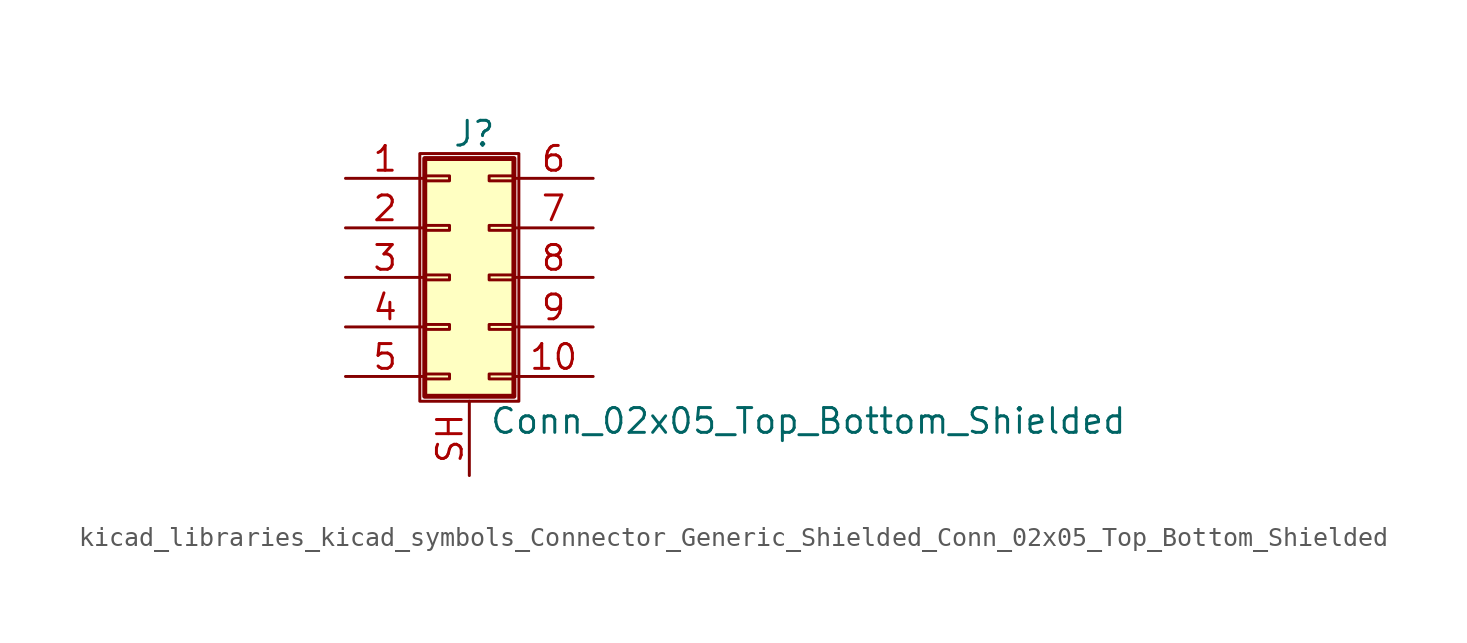
<source format=kicad_sym>
(kicad_symbol_lib
  (version 20220914)
  (generator kicad_symbol_editor)
  (symbol "kicad_libraries_kicad_symbols_Connector_Generic_Shielded_Conn_02x05_Top_Bottom_Shielded"
    (pin_names
      (offset 1.016) hide)
    (property "Reference" "J"
      (at 1.524 7.366 0)
      (effects (font (size 1.27 1.27))))
    (property "Value" "Conn_02x05_Top_Bottom_Shielded"
      (at 2.286 -7.366 0)
      (effects (font (size 1.27 1.27)) (justify left)))
    (symbol "kicad_libraries_kicad_symbols_Connector_Generic_Shielded_Conn_02x05_Top_Bottom_Shielded_1_1"
      (rectangle (start -1.27 6.35) (end 3.81 -6.35) (stroke (width 0.152) (type default)) (fill (type none)))
      (rectangle (start -1.016 -4.953) (end 0.254 -5.207) (stroke (width 0.152) (type default)) (fill (type none)))
      (rectangle (start -1.016 -2.413) (end 0.254 -2.667) (stroke (width 0.152) (type default)) (fill (type none)))
      (rectangle (start -1.016 0.127) (end 0.254 -0.127) (stroke (width 0.152) (type default)) (fill (type none)))
      (rectangle (start -1.016 2.667) (end 0.254 2.413) (stroke (width 0.152) (type default)) (fill (type none)))
      (rectangle (start -1.016 5.207) (end 0.254 4.953) (stroke (width 0.152) (type default)) (fill (type none)))
      (rectangle (start -1.016 6.096) (end 3.556 -6.096) (stroke (width 0.254) (type default)) (fill (type background)))
      (rectangle (start 3.556 -4.953) (end 2.286 -5.207) (stroke (width 0.152) (type default)) (fill (type none)))
      (rectangle (start 3.556 -2.413) (end 2.286 -2.667) (stroke (width 0.152) (type default)) (fill (type none)))
      (rectangle (start 3.556 0.127) (end 2.286 -0.127) (stroke (width 0.152) (type default)) (fill (type none)))
      (rectangle (start 3.556 2.667) (end 2.286 2.413) (stroke (width 0.152) (type default)) (fill (type none)))
      (rectangle (start 3.556 5.207) (end 2.286 4.953) (stroke (width 0.152) (type default)) (fill (type none)))
      (pin passive line (at -5.08 5.08 0) (length 4.064) (name "Pin_1" (effects (font (size 1.27 1.27)))) (number "1" (effects (font (size 1.27 1.27)))))
      (pin passive line (at 7.62 -5.08 180) (length 4.064) (name "Pin_10" (effects (font (size 1.27 1.27)))) (number "10" (effects (font (size 1.27 1.27)))))
      (pin passive line (at -5.08 2.54 0) (length 4.064) (name "Pin_2" (effects (font (size 1.27 1.27)))) (number "2" (effects (font (size 1.27 1.27)))))
      (pin passive line (at -5.08 0 0) (length 4.064) (name "Pin_3" (effects (font (size 1.27 1.27)))) (number "3" (effects (font (size 1.27 1.27)))))
      (pin passive line (at -5.08 -2.54 0) (length 4.064) (name "Pin_4" (effects (font (size 1.27 1.27)))) (number "4" (effects (font (size 1.27 1.27)))))
      (pin passive line (at -5.08 -5.08 0) (length 4.064) (name "Pin_5" (effects (font (size 1.27 1.27)))) (number "5" (effects (font (size 1.27 1.27)))))
      (pin passive line (at 7.62 5.08 180) (length 4.064) (name "Pin_6" (effects (font (size 1.27 1.27)))) (number "6" (effects (font (size 1.27 1.27)))))
      (pin passive line (at 7.62 2.54 180) (length 4.064) (name "Pin_7" (effects (font (size 1.27 1.27)))) (number "7" (effects (font (size 1.27 1.27)))))
      (pin passive line (at 7.62 0 180) (length 4.064) (name "Pin_8" (effects (font (size 1.27 1.27)))) (number "8" (effects (font (size 1.27 1.27)))))
      (pin passive line (at 7.62 -2.54 180) (length 4.064) (name "Pin_9" (effects (font (size 1.27 1.27)))) (number "9" (effects (font (size 1.27 1.27)))))
      (pin passive line (at 1.27 -10.16 90) (length 3.81) (name "Shield" (effects (font (size 1.27 1.27)))) (number "SH" (effects (font (size 1.27 1.27))))))))
</source>
